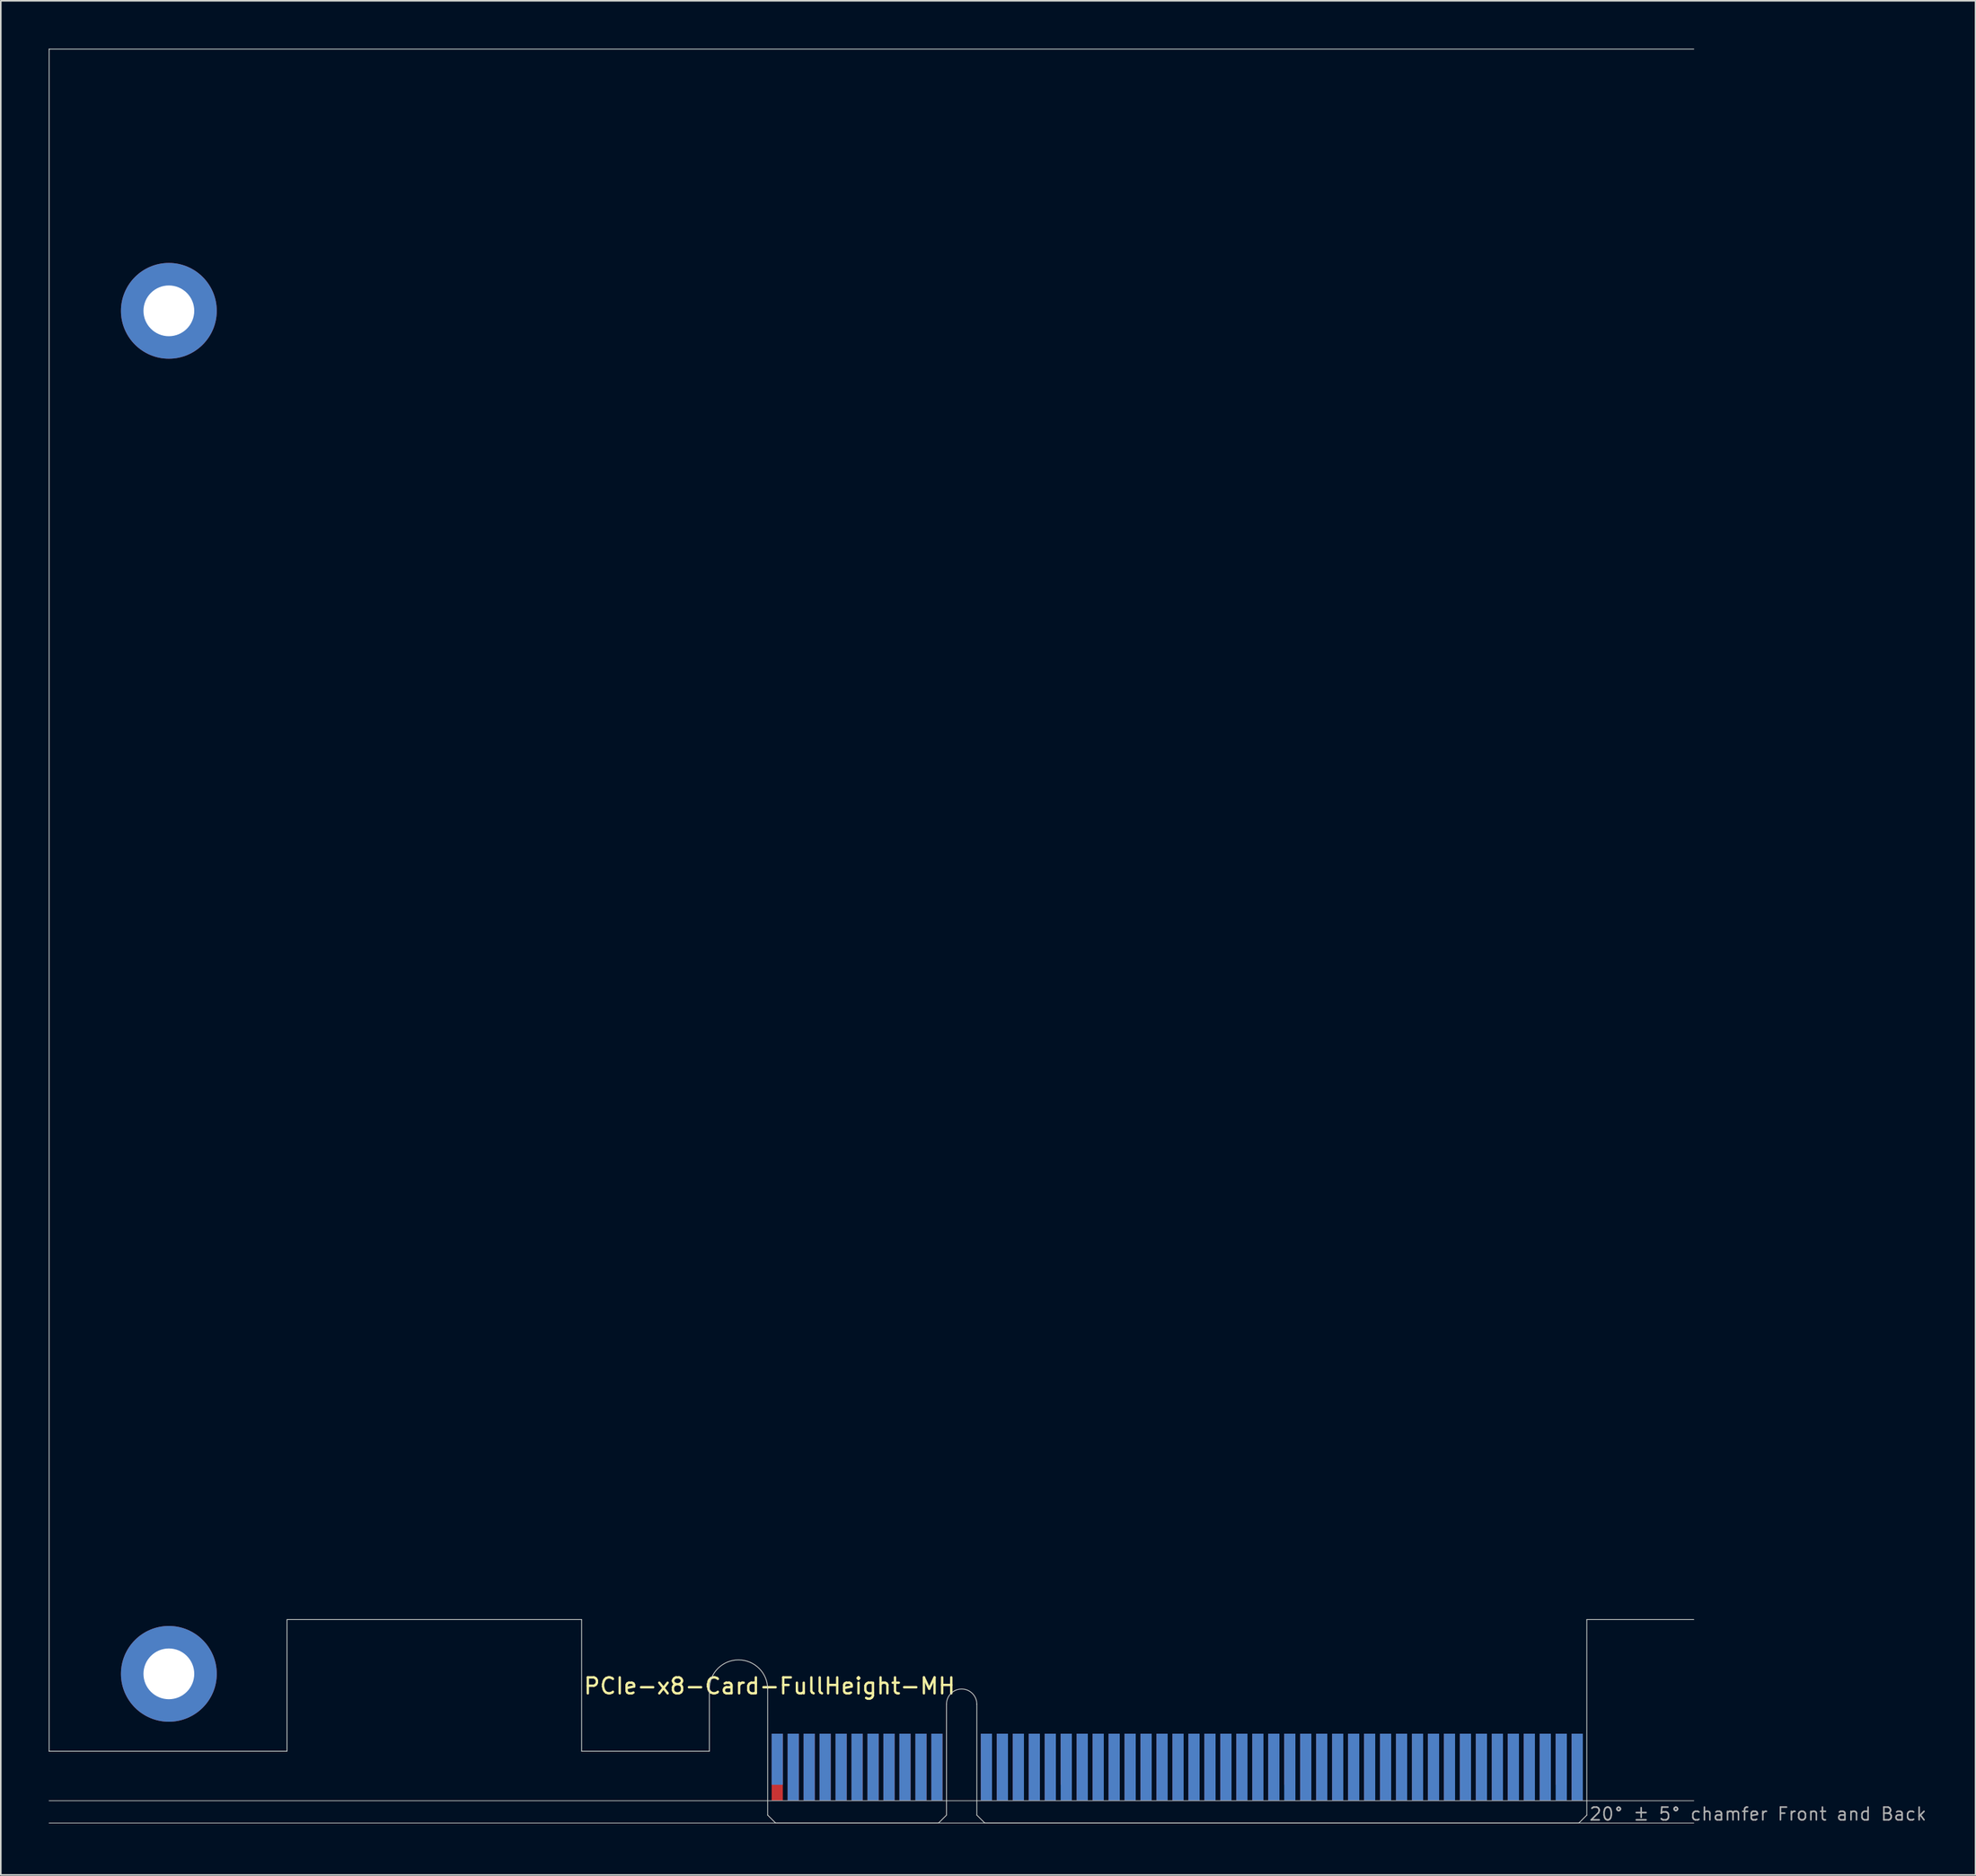
<source format=kicad_pcb>
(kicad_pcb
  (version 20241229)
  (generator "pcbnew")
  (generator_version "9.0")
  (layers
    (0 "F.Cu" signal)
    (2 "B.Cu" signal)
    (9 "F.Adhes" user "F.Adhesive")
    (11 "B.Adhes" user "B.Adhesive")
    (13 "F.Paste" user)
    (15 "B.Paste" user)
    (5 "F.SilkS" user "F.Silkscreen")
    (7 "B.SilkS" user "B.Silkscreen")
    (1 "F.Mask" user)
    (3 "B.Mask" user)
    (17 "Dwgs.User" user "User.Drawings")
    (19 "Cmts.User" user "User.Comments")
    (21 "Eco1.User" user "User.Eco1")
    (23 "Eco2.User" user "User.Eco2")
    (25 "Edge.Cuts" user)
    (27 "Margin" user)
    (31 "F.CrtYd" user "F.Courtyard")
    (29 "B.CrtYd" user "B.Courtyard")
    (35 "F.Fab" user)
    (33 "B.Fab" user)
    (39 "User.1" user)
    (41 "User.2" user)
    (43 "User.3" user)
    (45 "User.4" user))
  (footprint "PCIe-x8-Card-FullHeight-MH"
    (layer "F.Cu")
    (at 45.025 111.175)
    (property "Reference" "PCIe-x8-Card-FullHeight-MH" (at -11.6 -8 0) (layer "F.SilkS") (effects (font (size 1 1) (thickness 0.15)) (justify left bottom)))
    (attr exclude_from_pos_files exclude_from_bom)
    (fp_poly (pts (xy -3.65 -4.5) (xy -11.65 -4.5) (xy -11.65 -7.95) (xy -3.65 -7.95)) (stroke (width 0.1) (type solid)) (fill yes) (layer "F.Mask"))
    (fp_poly (pts (xy 11.2 -5.45) (xy 0 -5.45) (xy 0 0) (xy 11.2 0)) (stroke (width 0.1) (type solid)) (fill yes) (layer "F.Mask"))
    (fp_poly (pts (xy 51.3 -5.45) (xy 13.1 -5.45) (xy 13.1 0) (xy 51.3 0)) (stroke (width 0.1) (type solid)) (fill yes) (layer "F.Mask"))
    (fp_poly (pts (xy -3.65 -7.95) (xy -11.65 -7.95) (xy -11.65 -4.5) (xy -3.65 -4.5)) (stroke (width 0.1) (type solid)) (fill yes) (layer "B.Mask"))
    (fp_poly (pts (xy 11.2 0) (xy 0 0) (xy 0 -5.45) (xy 11.2 -5.45)) (stroke (width 0.1) (type solid)) (fill yes) (layer "B.Mask"))
    (fp_poly (pts (xy 51.3 -5.45) (xy 13.1 -5.45) (xy 13.1 0) (xy 51.3 0)) (stroke (width 0.1) (type solid)) (fill yes) (layer "B.Mask"))
    (fp_line (start -45 -111.15) (end 58 -111.15) (stroke (width 0.05) (type solid)) (layer "Edge.Cuts"))
    (fp_line (start -45 -4.5) (end -45 -111.15) (stroke (width 0.05) (type solid)) (layer "Edge.Cuts"))
    (fp_line (start -30.1 -12.75) (end -30.1 -4.5) (stroke (width 0.05) (type solid)) (layer "Edge.Cuts"))
    (fp_line (start -30.1 -4.5) (end -45 -4.5) (stroke (width 0.05) (type solid)) (layer "Edge.Cuts"))
    (fp_line (start -11.65 -12.75) (end -30.1 -12.75) (stroke (width 0.05) (type solid)) (layer "Edge.Cuts"))
    (fp_line (start -11.65 -4.5) (end -11.65 -12.75) (stroke (width 0.05) (type solid)) (layer "Edge.Cuts"))
    (fp_line (start -3.65 -4.5) (end -11.65 -4.5) (stroke (width 0.05) (type solid)) (layer "Edge.Cuts"))
    (fp_line (start -3.65 -4.5) (end -3.65 -8.4) (stroke (width 0.05) (type solid)) (layer "Edge.Cuts"))
    (fp_line (start 0 -0.5) (end 0 -8.4) (stroke (width 0.05) (type solid)) (layer "Edge.Cuts"))
    (fp_line (start 0.5 0) (end 0 -0.5) (stroke (width 0.05) (type solid)) (layer "Edge.Cuts"))
    (fp_line (start 0.5 0) (end 10.7 0) (stroke (width 0.05) (type solid)) (layer "Edge.Cuts"))
    (fp_line (start 10.7 0) (end 11.2 -0.5) (stroke (width 0.05) (type solid)) (layer "Edge.Cuts"))
    (fp_line (start 11.2 -0.5) (end 11.2 -7.45) (stroke (width 0.05) (type solid)) (layer "Edge.Cuts"))
    (fp_line (start 13.1 -0.5) (end 13.1 -7.45) (stroke (width 0.05) (type solid)) (layer "Edge.Cuts"))
    (fp_line (start 13.6 0) (end 13.1 -0.5) (stroke (width 0.05) (type solid)) (layer "Edge.Cuts"))
    (fp_line (start 50.8 0) (end 13.6 0) (stroke (width 0.05) (type solid)) (layer "Edge.Cuts"))
    (fp_line (start 50.8 0) (end 51.3 -0.5) (stroke (width 0.05) (type solid)) (layer "Edge.Cuts"))
    (fp_line (start 51.3 -12.75) (end 58 -12.75) (stroke (width 0.05) (type solid)) (layer "Edge.Cuts"))
    (fp_line (start 51.3 -0.5) (end 51.3 -12.75) (stroke (width 0.05) (type solid)) (layer "Edge.Cuts"))
    (fp_arc (start -3.65 -8.4) (mid -1.825 -10.225) (end 0 -8.4) (stroke (width 0.05) (type solid)) (layer "Edge.Cuts"))
    (fp_arc (start 11.2 -7.45) (mid 12.15 -8.4) (end 13.1 -7.45) (stroke (width 0.05) (type solid)) (layer "Edge.Cuts"))
    (fp_line (start -45 -1.4) (end 58 -1.4) (stroke (width 0.05) (type solid)) (layer "F.Fab"))
    (fp_line (start -45 0) (end 58 0) (stroke (width 0.05) (type solid)) (layer "F.Fab"))
    (fp_text user "20° ± 5° chamfer Front and Back" (at 51.4 -0.1 0) (layer "F.Fab") (effects (font (size 0.8 0.8) (thickness 0.1)) (justify left bottom)))
    (pad "A1" smd rect (at 0.6 -4) (size 0.7 3.2) (layers "B.Cu"))
    (pad "A2" smd rect (at 1.6 -3.5) (size 0.7 4.2) (layers "B.Cu"))
    (pad "A3" smd rect (at 2.6 -3.5) (size 0.7 4.2) (layers "B.Cu"))
    (pad "A4" smd rect (at 3.6 -3.5) (size 0.7 4.2) (layers "B.Cu"))
    (pad "A5" smd rect (at 4.6 -3.5) (size 0.7 4.2) (layers "B.Cu"))
    (pad "A6" smd rect (at 5.6 -3.5) (size 0.7 4.2) (layers "B.Cu"))
    (pad "A7" smd rect (at 6.6 -3.5) (size 0.7 4.2) (layers "B.Cu"))
    (pad "A8" smd rect (at 7.6 -3.5) (size 0.7 4.2) (layers "B.Cu"))
    (pad "A9" smd rect (at 8.6 -3.5) (size 0.7 4.2) (layers "B.Cu"))
    (pad "A10" smd rect (at 9.6 -3.5) (size 0.7 4.2) (layers "B.Cu"))
    (pad "A11" smd rect (at 10.6 -3.5) (size 0.7 4.2) (layers "B.Cu"))
    (pad "A12" smd rect (at 13.7 -3.5) (size 0.7 4.2) (layers "B.Cu"))
    (pad "A13" smd rect (at 14.7 -3.5) (size 0.7 4.2) (layers "B.Cu"))
    (pad "A14" smd rect (at 15.7 -3.5) (size 0.7 4.2) (layers "B.Cu"))
    (pad "A15" smd rect (at 16.7 -3.5) (size 0.7 4.2) (layers "B.Cu"))
    (pad "A16" smd rect (at 17.7 -3.5) (size 0.7 4.2) (layers "B.Cu"))
    (pad "A17" smd rect (at 18.7 -3.5) (size 0.7 4.2) (layers "B.Cu"))
    (pad "A18" smd rect (at 19.7 -3.5) (size 0.7 4.2) (layers "B.Cu"))
    (pad "A19" smd rect (at 20.7 -3.5) (size 0.7 4.2) (layers "B.Cu"))
    (pad "A20" smd rect (at 21.7 -3.5) (size 0.7 4.2) (layers "B.Cu"))
    (pad "A21" smd rect (at 22.7 -3.5) (size 0.7 4.2) (layers "B.Cu"))
    (pad "A22" smd rect (at 23.7 -3.5) (size 0.7 4.2) (layers "B.Cu"))
    (pad "A23" smd rect (at 24.7 -3.5) (size 0.7 4.2) (layers "B.Cu"))
    (pad "A24" smd rect (at 25.7 -3.5) (size 0.7 4.2) (layers "B.Cu"))
    (pad "A25" smd rect (at 26.7 -3.5) (size 0.7 4.2) (layers "B.Cu"))
    (pad "A26" smd rect (at 27.7 -3.5) (size 0.7 4.2) (layers "B.Cu"))
    (pad "A27" smd rect (at 28.7 -3.5) (size 0.7 4.2) (layers "B.Cu"))
    (pad "A28" smd rect (at 29.7 -3.5) (size 0.7 4.2) (layers "B.Cu"))
    (pad "A29" smd rect (at 30.7 -3.5) (size 0.7 4.2) (layers "B.Cu"))
    (pad "A30" smd rect (at 31.7 -3.5) (size 0.7 4.2) (layers "B.Cu"))
    (pad "A31" smd rect (at 32.7 -3.5) (size 0.7 4.2) (layers "B.Cu"))
    (pad "A32" smd rect (at 33.7 -3.5) (size 0.7 4.2) (layers "B.Cu"))
    (pad "A33" smd rect (at 34.7 -3.5) (size 0.7 4.2) (layers "B.Cu"))
    (pad "A34" smd rect (at 35.7 -3.5) (size 0.7 4.2) (layers "B.Cu"))
    (pad "A35" smd rect (at 36.7 -3.5) (size 0.7 4.2) (layers "B.Cu"))
    (pad "A36" smd rect (at 37.7 -3.5) (size 0.7 4.2) (layers "B.Cu"))
    (pad "A37" smd rect (at 38.7 -3.5) (size 0.7 4.2) (layers "B.Cu"))
    (pad "A38" smd rect (at 39.7 -3.5) (size 0.7 4.2) (layers "B.Cu"))
    (pad "A39" smd rect (at 40.7 -3.5) (size 0.7 4.2) (layers "B.Cu"))
    (pad "A40" smd rect (at 41.7 -3.5) (size 0.7 4.2) (layers "B.Cu"))
    (pad "A41" smd rect (at 42.7 -3.5) (size 0.7 4.2) (layers "B.Cu"))
    (pad "A42" smd rect (at 43.7 -3.5) (size 0.7 4.2) (layers "B.Cu"))
    (pad "A43" smd rect (at 44.7 -3.5) (size 0.7 4.2) (layers "B.Cu"))
    (pad "A44" smd rect (at 45.7 -3.5) (size 0.7 4.2) (layers "B.Cu"))
    (pad "A45" smd rect (at 46.7 -3.5) (size 0.7 4.2) (layers "B.Cu"))
    (pad "A46" smd rect (at 47.7 -3.5) (size 0.7 4.2) (layers "B.Cu"))
    (pad "A47" smd rect (at 48.7 -3.5) (size 0.7 4.2) (layers "B.Cu"))
    (pad "A48" smd rect (at 49.7 -3.5) (size 0.7 4.2) (layers "B.Cu"))
    (pad "A49" smd rect (at 50.7 -3.5) (size 0.7 4.2) (layers "B.Cu"))
    (pad "B1" smd rect (at 0.6 -3.5) (size 0.7 4.2) (layers "F.Cu"))
    (pad "B2" smd rect (at 1.6 -3.5) (size 0.7 4.2) (layers "F.Cu"))
    (pad "B3" smd rect (at 2.6 -3.5) (size 0.7 4.2) (layers "F.Cu"))
    (pad "B4" smd rect (at 3.6 -3.5) (size 0.7 4.2) (layers "F.Cu"))
    (pad "B5" smd rect (at 4.6 -3.5) (size 0.7 4.2) (layers "F.Cu"))
    (pad "B6" smd rect (at 5.6 -3.5) (size 0.7 4.2) (layers "F.Cu"))
    (pad "B7" smd rect (at 6.6 -3.5) (size 0.7 4.2) (layers "F.Cu"))
    (pad "B8" smd rect (at 7.6 -3.5) (size 0.7 4.2) (layers "F.Cu"))
    (pad "B9" smd rect (at 8.6 -3.5) (size 0.7 4.2) (layers "F.Cu"))
    (pad "B10" smd rect (at 9.6 -3.5) (size 0.7 4.2) (layers "F.Cu"))
    (pad "B11" smd rect (at 10.6 -3.5) (size 0.7 4.2) (layers "F.Cu"))
    (pad "B12" smd rect (at 13.7 -3.5) (size 0.7 4.2) (layers "F.Cu"))
    (pad "B13" smd rect (at 14.7 -3.5) (size 0.7 4.2) (layers "F.Cu"))
    (pad "B14" smd rect (at 15.7 -3.5) (size 0.7 4.2) (layers "F.Cu"))
    (pad "B15" smd rect (at 16.7 -3.5) (size 0.7 4.2) (layers "F.Cu"))
    (pad "B16" smd rect (at 17.7 -3.5) (size 0.7 4.2) (layers "F.Cu"))
    (pad "B17" smd rect (at 18.7 -4) (size 0.7 3.2) (layers "F.Cu"))
    (pad "B18" smd rect (at 19.7 -3.5) (size 0.7 4.2) (layers "F.Cu"))
    (pad "B19" smd rect (at 20.7 -3.5) (size 0.7 4.2) (layers "F.Cu"))
    (pad "B20" smd rect (at 21.7 -3.5) (size 0.7 4.2) (layers "F.Cu"))
    (pad "B21" smd rect (at 22.7 -3.5) (size 0.7 4.2) (layers "F.Cu"))
    (pad "B22" smd rect (at 23.7 -3.5) (size 0.7 4.2) (layers "F.Cu"))
    (pad "B23" smd rect (at 24.7 -3.5) (size 0.7 4.2) (layers "F.Cu"))
    (pad "B24" smd rect (at 25.7 -3.5) (size 0.7 4.2) (layers "F.Cu"))
    (pad "B25" smd rect (at 26.7 -3.5) (size 0.7 4.2) (layers "F.Cu"))
    (pad "B26" smd rect (at 27.7 -3.5) (size 0.7 4.2) (layers "F.Cu"))
    (pad "B27" smd rect (at 28.7 -3.5) (size 0.7 4.2) (layers "F.Cu"))
    (pad "B28" smd rect (at 29.7 -3.5) (size 0.7 4.2) (layers "F.Cu"))
    (pad "B29" smd rect (at 30.7 -3.5) (size 0.7 4.2) (layers "F.Cu"))
    (pad "B30" smd rect (at 31.7 -3.5) (size 0.7 4.2) (layers "F.Cu"))
    (pad "B31" smd rect (at 32.7 -4) (size 0.7 3.2) (layers "F.Cu"))
    (pad "B32" smd rect (at 33.7 -3.5) (size 0.7 4.2) (layers "F.Cu"))
    (pad "B33" smd rect (at 34.7 -3.5) (size 0.7 4.2) (layers "F.Cu"))
    (pad "B34" smd rect (at 35.7 -3.5) (size 0.7 4.2) (layers "F.Cu"))
    (pad "B35" smd rect (at 36.7 -3.5) (size 0.7 4.2) (layers "F.Cu"))
    (pad "B36" smd rect (at 37.7 -3.5) (size 0.7 4.2) (layers "F.Cu"))
    (pad "B37" smd rect (at 38.7 -3.5) (size 0.7 4.2) (layers "F.Cu"))
    (pad "B38" smd rect (at 39.7 -3.5) (size 0.7 4.2) (layers "F.Cu"))
    (pad "B39" smd rect (at 40.7 -3.5) (size 0.7 4.2) (layers "F.Cu"))
    (pad "B40" smd rect (at 41.7 -3.5) (size 0.7 4.2) (layers "F.Cu"))
    (pad "B41" smd rect (at 42.7 -3.5) (size 0.7 4.2) (layers "F.Cu"))
    (pad "B42" smd rect (at 43.7 -3.5) (size 0.7 4.2) (layers "F.Cu"))
    (pad "B43" smd rect (at 44.7 -3.5) (size 0.7 4.2) (layers "F.Cu"))
    (pad "B44" smd rect (at 45.7 -3.5) (size 0.7 4.2) (layers "F.Cu"))
    (pad "B45" smd rect (at 46.7 -3.5) (size 0.7 4.2) (layers "F.Cu"))
    (pad "B46" smd rect (at 47.7 -3.5) (size 0.7 4.2) (layers "F.Cu"))
    (pad "B47" smd rect (at 48.7 -3.5) (size 0.7 4.2) (layers "F.Cu"))
    (pad "B48" smd rect (at 49.7 -4) (size 0.7 3.2) (layers "F.Cu"))
    (pad "B49" smd rect (at 50.7 -3.5) (size 0.7 4.2) (layers "F.Cu"))
    (pad "GND" thru_hole circle (at -37.5 -94.75) (size 6 6) (drill 3.18) (layers "*.Cu" "*.Mask"))
    (pad "GND" thru_hole circle (at -37.5 -9.35) (size 6 6) (drill 3.18) (layers "*.Cu" "*.Mask")))
  (gr_rect
    (start -3 -3)
    (end 120.67 114.425)
    (stroke (width 0.1) (type default))
    (fill no)
    (layer "Edge.Cuts")))
</source>
